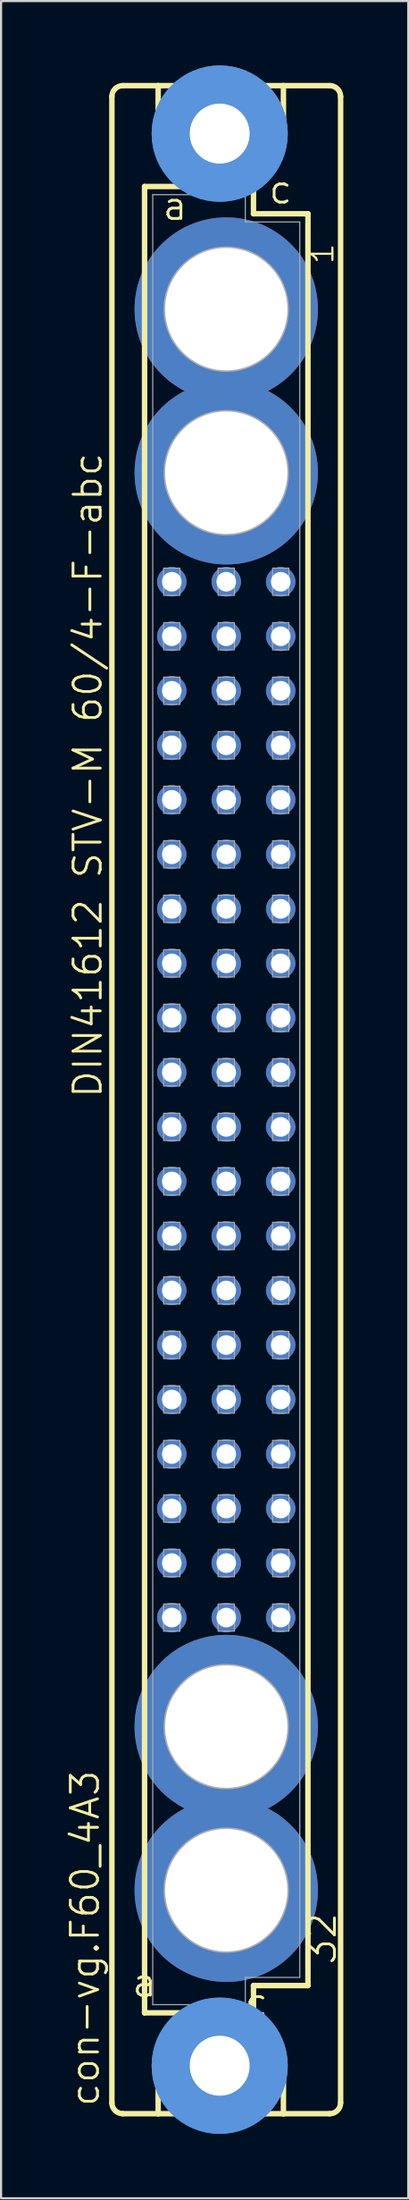
<source format=kicad_pcb>
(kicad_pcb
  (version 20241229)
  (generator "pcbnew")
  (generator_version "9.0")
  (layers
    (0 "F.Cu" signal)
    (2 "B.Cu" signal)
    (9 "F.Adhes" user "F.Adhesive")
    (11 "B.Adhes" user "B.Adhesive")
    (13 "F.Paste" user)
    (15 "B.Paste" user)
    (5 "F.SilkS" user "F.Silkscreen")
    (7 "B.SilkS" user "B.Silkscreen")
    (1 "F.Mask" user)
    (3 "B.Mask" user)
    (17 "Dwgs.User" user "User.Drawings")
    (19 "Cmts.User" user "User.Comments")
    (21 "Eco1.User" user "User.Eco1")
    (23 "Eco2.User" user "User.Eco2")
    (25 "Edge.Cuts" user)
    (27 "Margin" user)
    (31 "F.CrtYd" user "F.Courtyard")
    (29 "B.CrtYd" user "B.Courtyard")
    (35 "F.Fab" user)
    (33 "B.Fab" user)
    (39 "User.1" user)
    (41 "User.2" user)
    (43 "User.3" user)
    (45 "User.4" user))
  (footprint "con-vg.F60_4A3"
    (layer "F.Cu")
    (at 7.502 48.184)
    (property "Reference" "con-vg.F60_4A3" (at -5.842 46.99 90) (layer "F.SilkS") (effects (font (size 1.27 1.27) (thickness 0.13)) (justify left bottom)))
    (attr through_hole)
    (fp_line (start -5.334 46.736) (end -5.334 -46.736) (stroke (width 0.254) (type default)) (layer "F.SilkS"))
    (fp_line (start -4.826 -47.244) (end -3.175 -47.244) (stroke (width 0.254) (type default)) (layer "F.SilkS"))
    (fp_line (start -4.826 47.244) (end -3.175 47.244) (stroke (width 0.254) (type default)) (layer "F.SilkS"))
    (fp_line (start -3.81 -42.545) (end -3.81 42.545) (stroke (width 0.254) (type default)) (layer "F.SilkS"))
    (fp_line (start -3.81 42.545) (end -1.651 42.545) (stroke (width 0.254) (type default)) (layer "F.SilkS"))
    (fp_line (start -3.175 -47.244) (end -3.175 -44.45) (stroke (width 0.254) (type default)) (layer "F.SilkS"))
    (fp_line (start -3.175 47.244) (end -3.175 44.45) (stroke (width 0.254) (type default)) (layer "F.SilkS"))
    (fp_line (start -3.175 47.244) (end 2.667 47.244) (stroke (width 0.254) (type default)) (layer "F.SilkS"))
    (fp_line (start -1.651 -42.545) (end -3.81 -42.545) (stroke (width 0.254) (type default)) (layer "F.SilkS"))
    (fp_line (start -1.651 -42.545) (end -3.175 -44.45) (stroke (width 0.254) (type default)) (layer "F.SilkS"))
    (fp_line (start -1.651 42.545) (end -3.175 44.45) (stroke (width 0.254) (type default)) (layer "F.SilkS"))
    (fp_line (start -1.651 42.545) (end 1.143 42.545) (stroke (width 0.254) (type default)) (layer "F.SilkS"))
    (fp_line (start 1.143 -42.545) (end -1.651 -42.545) (stroke (width 0.254) (type default)) (layer "F.SilkS"))
    (fp_line (start 1.143 -42.545) (end 2.667 -44.45) (stroke (width 0.254) (type default)) (layer "F.SilkS"))
    (fp_line (start 1.143 42.545) (end 1.27 42.545) (stroke (width 0.254) (type default)) (layer "F.SilkS"))
    (fp_line (start 1.143 42.545) (end 2.667 44.45) (stroke (width 0.254) (type default)) (layer "F.SilkS"))
    (fp_line (start 1.27 -42.545) (end 1.143 -42.545) (stroke (width 0.254) (type default)) (layer "F.SilkS"))
    (fp_line (start 1.27 -41.275) (end 1.27 -42.545) (stroke (width 0.254) (type default)) (layer "F.SilkS"))
    (fp_line (start 1.27 41.275) (end 3.81 41.275) (stroke (width 0.254) (type default)) (layer "F.SilkS"))
    (fp_line (start 1.27 42.545) (end 1.27 41.275) (stroke (width 0.254) (type default)) (layer "F.SilkS"))
    (fp_line (start 2.667 -47.244) (end -3.175 -47.244) (stroke (width 0.254) (type default)) (layer "F.SilkS"))
    (fp_line (start 2.667 -47.244) (end 2.667 -44.45) (stroke (width 0.254) (type default)) (layer "F.SilkS"))
    (fp_line (start 2.667 47.244) (end 2.667 44.45) (stroke (width 0.254) (type default)) (layer "F.SilkS"))
    (fp_line (start 2.667 47.244) (end 4.826 47.244) (stroke (width 0.254) (type default)) (layer "F.SilkS"))
    (fp_line (start 3.81 -41.275) (end 1.27 -41.275) (stroke (width 0.254) (type default)) (layer "F.SilkS"))
    (fp_line (start 3.81 41.275) (end 3.81 -41.275) (stroke (width 0.254) (type default)) (layer "F.SilkS"))
    (fp_line (start 4.826 -47.244) (end 2.667 -47.244) (stroke (width 0.254) (type default)) (layer "F.SilkS"))
    (fp_line (start 5.334 46.736) (end 5.334 -46.736) (stroke (width 0.254) (type default)) (layer "F.SilkS"))
    (fp_arc (start -5.334 -46.736) (mid -5.18521 -47.09521) (end -4.826 -47.244) (stroke (width 0.254) (type default)) (layer "F.SilkS"))
    (fp_arc (start -4.826 47.244) (mid -5.18521 47.09521) (end -5.334 46.736) (stroke (width 0.254) (type default)) (layer "F.SilkS"))
    (fp_arc (start 4.826 -47.244) (mid 5.18521 -47.09521) (end 5.334 -46.736) (stroke (width 0.254) (type default)) (layer "F.SilkS"))
    (fp_arc (start 5.334 46.736) (mid 5.18521 47.09521) (end 4.826 47.244) (stroke (width 0.254) (type default)) (layer "F.SilkS"))
    (fp_circle (center -0.305 -45.009) (end 0.965 -45.009) (stroke (width 0.254) (type default)) (fill no) (layer "F.SilkS"))
    (fp_circle (center -0.305 45.009) (end 0.965 45.009) (stroke (width 0.254) (type default)) (fill no) (layer "F.SilkS"))
    (fp_circle (center -0.305 -45.009) (end 1.981 -45.009) (stroke (width 1.778) (type default)) (fill no) (layer "Cmts.User"))
    (fp_circle (center -0.305 -45.009) (end 1.981 -45.009) (stroke (width 1.778) (type default)) (fill no) (layer "Cmts.User"))
    (fp_circle (center -0.305 45.009) (end 1.981 45.009) (stroke (width 1.778) (type default)) (fill no) (layer "Cmts.User"))
    (fp_circle (center -0.305 45.009) (end 1.981 45.009) (stroke (width 1.778) (type default)) (fill no) (layer "Cmts.User"))
    (fp_line (start -3.429 -42.164) (end -3.429 42.164) (stroke (width 0.051) (type default)) (layer "F.Fab"))
    (fp_line (start -3.429 -42.164) (end 0.889 -42.164) (stroke (width 0.051) (type default)) (layer "F.Fab"))
    (fp_line (start -3.429 42.164) (end 0.889 42.164) (stroke (width 0.051) (type default)) (layer "F.Fab"))
    (fp_line (start 0.889 -42.164) (end 0.889 -40.894) (stroke (width 0.051) (type default)) (layer "F.Fab"))
    (fp_line (start 0.889 -40.894) (end 3.429 -40.894) (stroke (width 0.051) (type default)) (layer "F.Fab"))
    (fp_line (start 0.889 40.894) (end 3.429 40.894) (stroke (width 0.051) (type default)) (layer "F.Fab"))
    (fp_line (start 0.889 42.164) (end 0.889 40.894) (stroke (width 0.051) (type default)) (layer "F.Fab"))
    (fp_line (start 3.429 -40.894) (end 3.429 40.894) (stroke (width 0.051) (type default)) (layer "F.Fab"))
    (fp_rect (start -2.921 -23.495) (end -2.159 -24.765) (stroke (width 0.05) (type default)) (fill no) (layer "F.Fab"))
    (fp_rect (start -2.921 -20.955) (end -2.159 -22.225) (stroke (width 0.05) (type default)) (fill no) (layer "F.Fab"))
    (fp_rect (start -2.921 -18.415) (end -2.159 -19.685) (stroke (width 0.05) (type default)) (fill no) (layer "F.Fab"))
    (fp_rect (start -2.921 -15.875) (end -2.159 -17.145) (stroke (width 0.05) (type default)) (fill no) (layer "F.Fab"))
    (fp_rect (start -2.921 -13.335) (end -2.159 -14.605) (stroke (width 0.05) (type default)) (fill no) (layer "F.Fab"))
    (fp_rect (start -2.921 -10.795) (end -2.159 -12.065) (stroke (width 0.05) (type default)) (fill no) (layer "F.Fab"))
    (fp_rect (start -2.921 -8.255) (end -2.159 -9.525) (stroke (width 0.05) (type default)) (fill no) (layer "F.Fab"))
    (fp_rect (start -2.921 -5.715) (end -2.159 -6.985) (stroke (width 0.05) (type default)) (fill no) (layer "F.Fab"))
    (fp_rect (start -2.921 -3.175) (end -2.159 -4.445) (stroke (width 0.05) (type default)) (fill no) (layer "F.Fab"))
    (fp_rect (start -2.921 -0.635) (end -2.159 -1.905) (stroke (width 0.05) (type default)) (fill no) (layer "F.Fab"))
    (fp_rect (start -2.921 1.905) (end -2.159 0.635) (stroke (width 0.05) (type default)) (fill no) (layer "F.Fab"))
    (fp_rect (start -2.921 4.445) (end -2.159 3.175) (stroke (width 0.05) (type default)) (fill no) (layer "F.Fab"))
    (fp_rect (start -2.921 6.985) (end -2.159 5.715) (stroke (width 0.05) (type default)) (fill no) (layer "F.Fab"))
    (fp_rect (start -2.921 9.525) (end -2.159 8.255) (stroke (width 0.05) (type default)) (fill no) (layer "F.Fab"))
    (fp_rect (start -2.921 12.065) (end -2.159 10.795) (stroke (width 0.05) (type default)) (fill no) (layer "F.Fab"))
    (fp_rect (start -2.921 14.605) (end -2.159 13.335) (stroke (width 0.05) (type default)) (fill no) (layer "F.Fab"))
    (fp_rect (start -2.921 17.145) (end -2.159 15.875) (stroke (width 0.05) (type default)) (fill no) (layer "F.Fab"))
    (fp_rect (start -2.921 19.685) (end -2.159 18.415) (stroke (width 0.05) (type default)) (fill no) (layer "F.Fab"))
    (fp_rect (start -2.921 22.225) (end -2.159 20.955) (stroke (width 0.05) (type default)) (fill no) (layer "F.Fab"))
    (fp_rect (start -2.921 24.765) (end -2.159 23.495) (stroke (width 0.05) (type default)) (fill no) (layer "F.Fab"))
    (fp_rect (start -0.381 -23.495) (end 0.381 -24.765) (stroke (width 0.05) (type default)) (fill no) (layer "F.Fab"))
    (fp_rect (start -0.381 -20.955) (end 0.381 -22.225) (stroke (width 0.05) (type default)) (fill no) (layer "F.Fab"))
    (fp_rect (start -0.381 -18.415) (end 0.381 -19.685) (stroke (width 0.05) (type default)) (fill no) (layer "F.Fab"))
    (fp_rect (start -0.381 -15.875) (end 0.381 -17.145) (stroke (width 0.05) (type default)) (fill no) (layer "F.Fab"))
    (fp_rect (start -0.381 -13.335) (end 0.381 -14.605) (stroke (width 0.05) (type default)) (fill no) (layer "F.Fab"))
    (fp_rect (start -0.381 -10.795) (end 0.381 -12.065) (stroke (width 0.05) (type default)) (fill no) (layer "F.Fab"))
    (fp_rect (start -0.381 -8.255) (end 0.381 -9.525) (stroke (width 0.05) (type default)) (fill no) (layer "F.Fab"))
    (fp_rect (start -0.381 -5.715) (end 0.381 -6.985) (stroke (width 0.05) (type default)) (fill no) (layer "F.Fab"))
    (fp_rect (start -0.381 -3.175) (end 0.381 -4.445) (stroke (width 0.05) (type default)) (fill no) (layer "F.Fab"))
    (fp_rect (start -0.381 -0.635) (end 0.381 -1.905) (stroke (width 0.05) (type default)) (fill no) (layer "F.Fab"))
    (fp_rect (start -0.381 1.905) (end 0.381 0.635) (stroke (width 0.05) (type default)) (fill no) (layer "F.Fab"))
    (fp_rect (start -0.381 4.445) (end 0.381 3.175) (stroke (width 0.05) (type default)) (fill no) (layer "F.Fab"))
    (fp_rect (start -0.381 6.985) (end 0.381 5.715) (stroke (width 0.05) (type default)) (fill no) (layer "F.Fab"))
    (fp_rect (start -0.381 9.525) (end 0.381 8.255) (stroke (width 0.05) (type default)) (fill no) (layer "F.Fab"))
    (fp_rect (start -0.381 12.065) (end 0.381 10.795) (stroke (width 0.05) (type default)) (fill no) (layer "F.Fab"))
    (fp_rect (start -0.381 14.605) (end 0.381 13.335) (stroke (width 0.05) (type default)) (fill no) (layer "F.Fab"))
    (fp_rect (start -0.381 17.145) (end 0.381 15.875) (stroke (width 0.05) (type default)) (fill no) (layer "F.Fab"))
    (fp_rect (start -0.381 19.685) (end 0.381 18.415) (stroke (width 0.05) (type default)) (fill no) (layer "F.Fab"))
    (fp_rect (start -0.381 22.225) (end 0.381 20.955) (stroke (width 0.05) (type default)) (fill no) (layer "F.Fab"))
    (fp_rect (start -0.381 24.765) (end 0.381 23.495) (stroke (width 0.05) (type default)) (fill no) (layer "F.Fab"))
    (fp_rect (start 2.159 -23.495) (end 2.921 -24.765) (stroke (width 0.05) (type default)) (fill no) (layer "F.Fab"))
    (fp_rect (start 2.159 -20.955) (end 2.921 -22.225) (stroke (width 0.05) (type default)) (fill no) (layer "F.Fab"))
    (fp_rect (start 2.159 -18.415) (end 2.921 -19.685) (stroke (width 0.05) (type default)) (fill no) (layer "F.Fab"))
    (fp_rect (start 2.159 -15.875) (end 2.921 -17.145) (stroke (width 0.05) (type default)) (fill no) (layer "F.Fab"))
    (fp_rect (start 2.159 -13.335) (end 2.921 -14.605) (stroke (width 0.05) (type default)) (fill no) (layer "F.Fab"))
    (fp_rect (start 2.159 -10.795) (end 2.921 -12.065) (stroke (width 0.05) (type default)) (fill no) (layer "F.Fab"))
    (fp_rect (start 2.159 -8.255) (end 2.921 -9.525) (stroke (width 0.05) (type default)) (fill no) (layer "F.Fab"))
    (fp_rect (start 2.159 -5.715) (end 2.921 -6.985) (stroke (width 0.05) (type default)) (fill no) (layer "F.Fab"))
    (fp_rect (start 2.159 -3.175) (end 2.921 -4.445) (stroke (width 0.05) (type default)) (fill no) (layer "F.Fab"))
    (fp_rect (start 2.159 -0.635) (end 2.921 -1.905) (stroke (width 0.05) (type default)) (fill no) (layer "F.Fab"))
    (fp_rect (start 2.159 1.905) (end 2.921 0.635) (stroke (width 0.05) (type default)) (fill no) (layer "F.Fab"))
    (fp_rect (start 2.159 4.445) (end 2.921 3.175) (stroke (width 0.05) (type default)) (fill no) (layer "F.Fab"))
    (fp_rect (start 2.159 6.985) (end 2.921 5.715) (stroke (width 0.05) (type default)) (fill no) (layer "F.Fab"))
    (fp_rect (start 2.159 9.525) (end 2.921 8.255) (stroke (width 0.05) (type default)) (fill no) (layer "F.Fab"))
    (fp_rect (start 2.159 12.065) (end 2.921 10.795) (stroke (width 0.05) (type default)) (fill no) (layer "F.Fab"))
    (fp_rect (start 2.159 14.605) (end 2.921 13.335) (stroke (width 0.05) (type default)) (fill no) (layer "F.Fab"))
    (fp_rect (start 2.159 17.145) (end 2.921 15.875) (stroke (width 0.05) (type default)) (fill no) (layer "F.Fab"))
    (fp_rect (start 2.159 19.685) (end 2.921 18.415) (stroke (width 0.05) (type default)) (fill no) (layer "F.Fab"))
    (fp_rect (start 2.159 22.225) (end 2.921 20.955) (stroke (width 0.05) (type default)) (fill no) (layer "F.Fab"))
    (fp_rect (start 2.159 24.765) (end 2.921 23.495) (stroke (width 0.05) (type default)) (fill no) (layer "F.Fab"))
    (fp_circle (center 0 -36.83) (end 2.794 -36.83) (stroke (width 0.254) (type default)) (fill no) (layer "F.Fab"))
    (fp_circle (center 0 -29.21) (end 2.794 -29.21) (stroke (width 0.254) (type default)) (fill no) (layer "F.Fab"))
    (fp_circle (center 0 29.21) (end 2.794 29.21) (stroke (width 0.254) (type default)) (fill no) (layer "F.Fab"))
    (fp_circle (center 0 36.83) (end 2.794 36.83) (stroke (width 0.254) (type default)) (fill no) (layer "F.Fab"))
    (fp_text user "1" (at 5.08 -38.862 90) (layer "F.SilkS") (effects (font (size 1.016 1.016) (thickness 0.1)) (justify left bottom)))
    (fp_text user "a" (at -3.048 -40.894 0) (layer "F.SilkS") (effects (font (size 1.27 1.27) (thickness 0.13)) (justify left bottom)))
    (fp_text user "DIN41612 STV-M 60/4-F-abc" (at -5.715 0 90) (layer "F.SilkS") (effects (font (size 1.27 1.27) (thickness 0.13)) (justify left bottom)))
    (fp_text user "c" (at 1.905 -41.656 0) (layer "F.SilkS") (effects (font (size 1.27 1.27) (thickness 0.13)) (justify left bottom)))
    (fp_text user "32" (at 5.207 40.386 90) (layer "F.SilkS") (effects (font (size 1.27 1.27) (thickness 0.13)) (justify left bottom)))
    (fp_text user "c " (at 0.778 42.799 0) (layer "F.SilkS") (effects (font (size 1.27 1.27) (thickness 0.13)) (justify left bottom)))
    (fp_text user "a " (at -4.475 41.883 0) (layer "F.SilkS") (effects (font (size 1.27 1.27) (thickness 0.13)) (justify left bottom)))
    (pad "" np_thru_hole circle (at -0.305 -45.009) (size 2.794 2.794) (drill 2.794) (layers "*.Cu" "*.Mask"))
    (pad "" np_thru_hole circle (at -0.305 45.009) (size 2.794 2.794) (drill 2.794) (layers "*.Cu" "*.Mask"))
    (pad "1" thru_hole circle (at 0 -36.83) (size 8.55 8.55) (drill 5.7) (layers "*.Cu" "*.Mask"))
    (pad "2" thru_hole circle (at 0 -29.21) (size 8.55 8.55) (drill 5.7) (layers "*.Cu" "*.Mask"))
    (pad "3" thru_hole circle (at 0 29.21) (size 8.55 8.55) (drill 5.7) (layers "*.Cu" "*.Mask"))
    (pad "4" thru_hole circle (at 0 36.83) (size 8.55 8.55) (drill 5.7) (layers "*.Cu" "*.Mask"))
    (pad "A7" thru_hole circle (at -2.54 -24.13) (size 1.372 1.372) (drill 0.914) (layers "*.Cu" "*.Mask"))
    (pad "A8" thru_hole circle (at -2.54 -21.59) (size 1.372 1.372) (drill 0.914) (layers "*.Cu" "*.Mask"))
    (pad "A9" thru_hole circle (at -2.54 -19.05) (size 1.372 1.372) (drill 0.914) (layers "*.Cu" "*.Mask"))
    (pad "A10" thru_hole circle (at -2.54 -16.51) (size 1.372 1.372) (drill 0.914) (layers "*.Cu" "*.Mask"))
    (pad "A11" thru_hole circle (at -2.54 -13.97) (size 1.372 1.372) (drill 0.914) (layers "*.Cu" "*.Mask"))
    (pad "A12" thru_hole circle (at -2.54 -11.43) (size 1.372 1.372) (drill 0.914) (layers "*.Cu" "*.Mask"))
    (pad "A13" thru_hole circle (at -2.54 -8.89) (size 1.372 1.372) (drill 0.914) (layers "*.Cu" "*.Mask"))
    (pad "A14" thru_hole circle (at -2.54 -6.35) (size 1.372 1.372) (drill 0.914) (layers "*.Cu" "*.Mask"))
    (pad "A15" thru_hole circle (at -2.54 -3.81) (size 1.372 1.372) (drill 0.914) (layers "*.Cu" "*.Mask"))
    (pad "A16" thru_hole circle (at -2.54 -1.27) (size 1.372 1.372) (drill 0.914) (layers "*.Cu" "*.Mask"))
    (pad "A17" thru_hole circle (at -2.54 1.27) (size 1.372 1.372) (drill 0.914) (layers "*.Cu" "*.Mask"))
    (pad "A18" thru_hole circle (at -2.54 3.81) (size 1.372 1.372) (drill 0.914) (layers "*.Cu" "*.Mask"))
    (pad "A19" thru_hole circle (at -2.54 6.35) (size 1.372 1.372) (drill 0.914) (layers "*.Cu" "*.Mask"))
    (pad "A20" thru_hole circle (at -2.54 8.89) (size 1.372 1.372) (drill 0.914) (layers "*.Cu" "*.Mask"))
    (pad "A21" thru_hole circle (at -2.54 11.43) (size 1.372 1.372) (drill 0.914) (layers "*.Cu" "*.Mask"))
    (pad "A22" thru_hole circle (at -2.54 13.97) (size 1.372 1.372) (drill 0.914) (layers "*.Cu" "*.Mask"))
    (pad "A23" thru_hole circle (at -2.54 16.51) (size 1.372 1.372) (drill 0.914) (layers "*.Cu" "*.Mask"))
    (pad "A24" thru_hole circle (at -2.54 19.05) (size 1.372 1.372) (drill 0.914) (layers "*.Cu" "*.Mask"))
    (pad "A25" thru_hole circle (at -2.54 21.59) (size 1.372 1.372) (drill 0.914) (layers "*.Cu" "*.Mask"))
    (pad "A26" thru_hole circle (at -2.54 24.13) (size 1.372 1.372) (drill 0.914) (layers "*.Cu" "*.Mask"))
    (pad "B7" thru_hole circle (at 0 -24.13) (size 1.372 1.372) (drill 0.914) (layers "*.Cu" "*.Mask"))
    (pad "B8" thru_hole circle (at 0 -21.59) (size 1.372 1.372) (drill 0.914) (layers "*.Cu" "*.Mask"))
    (pad "B9" thru_hole circle (at 0 -19.05) (size 1.372 1.372) (drill 0.914) (layers "*.Cu" "*.Mask"))
    (pad "B10" thru_hole circle (at 0 -16.51) (size 1.372 1.372) (drill 0.914) (layers "*.Cu" "*.Mask"))
    (pad "B11" thru_hole circle (at 0 -13.97) (size 1.372 1.372) (drill 0.914) (layers "*.Cu" "*.Mask"))
    (pad "B12" thru_hole circle (at 0 -11.43) (size 1.372 1.372) (drill 0.914) (layers "*.Cu" "*.Mask"))
    (pad "B13" thru_hole circle (at 0 -8.89) (size 1.372 1.372) (drill 0.914) (layers "*.Cu" "*.Mask"))
    (pad "B14" thru_hole circle (at 0 -6.35) (size 1.372 1.372) (drill 0.914) (layers "*.Cu" "*.Mask"))
    (pad "B15" thru_hole circle (at 0 -3.81) (size 1.372 1.372) (drill 0.914) (layers "*.Cu" "*.Mask"))
    (pad "B16" thru_hole circle (at 0 -1.27) (size 1.372 1.372) (drill 0.914) (layers "*.Cu" "*.Mask"))
    (pad "B17" thru_hole circle (at 0 1.27) (size 1.372 1.372) (drill 0.914) (layers "*.Cu" "*.Mask"))
    (pad "B18" thru_hole circle (at 0 3.81) (size 1.372 1.372) (drill 0.914) (layers "*.Cu" "*.Mask"))
    (pad "B19" thru_hole circle (at 0 6.35) (size 1.372 1.372) (drill 0.914) (layers "*.Cu" "*.Mask"))
    (pad "B20" thru_hole circle (at 0 8.89) (size 1.372 1.372) (drill 0.914) (layers "*.Cu" "*.Mask"))
    (pad "B21" thru_hole circle (at 0 11.43) (size 1.372 1.372) (drill 0.914) (layers "*.Cu" "*.Mask"))
    (pad "B22" thru_hole circle (at 0 13.97) (size 1.372 1.372) (drill 0.914) (layers "*.Cu" "*.Mask"))
    (pad "B23" thru_hole circle (at 0 16.51) (size 1.372 1.372) (drill 0.914) (layers "*.Cu" "*.Mask"))
    (pad "B24" thru_hole circle (at 0 19.05) (size 1.372 1.372) (drill 0.914) (layers "*.Cu" "*.Mask"))
    (pad "B25" thru_hole circle (at 0 21.59) (size 1.372 1.372) (drill 0.914) (layers "*.Cu" "*.Mask"))
    (pad "B26" thru_hole circle (at 0 24.13) (size 1.372 1.372) (drill 0.914) (layers "*.Cu" "*.Mask"))
    (pad "C7" thru_hole circle (at 2.54 -24.13) (size 1.372 1.372) (drill 0.914) (layers "*.Cu" "*.Mask"))
    (pad "C8" thru_hole circle (at 2.54 -21.59) (size 1.372 1.372) (drill 0.914) (layers "*.Cu" "*.Mask"))
    (pad "C9" thru_hole circle (at 2.54 -19.05) (size 1.372 1.372) (drill 0.914) (layers "*.Cu" "*.Mask"))
    (pad "C10" thru_hole circle (at 2.54 -16.51) (size 1.372 1.372) (drill 0.914) (layers "*.Cu" "*.Mask"))
    (pad "C11" thru_hole circle (at 2.54 -13.97) (size 1.372 1.372) (drill 0.914) (layers "*.Cu" "*.Mask"))
    (pad "C12" thru_hole circle (at 2.54 -11.43) (size 1.372 1.372) (drill 0.914) (layers "*.Cu" "*.Mask"))
    (pad "C13" thru_hole circle (at 2.54 -8.89) (size 1.372 1.372) (drill 0.914) (layers "*.Cu" "*.Mask"))
    (pad "C14" thru_hole circle (at 2.54 -6.35) (size 1.372 1.372) (drill 0.914) (layers "*.Cu" "*.Mask"))
    (pad "C15" thru_hole circle (at 2.54 -3.81) (size 1.372 1.372) (drill 0.914) (layers "*.Cu" "*.Mask"))
    (pad "C16" thru_hole circle (at 2.54 -1.27) (size 1.372 1.372) (drill 0.914) (layers "*.Cu" "*.Mask"))
    (pad "C17" thru_hole circle (at 2.54 1.27) (size 1.372 1.372) (drill 0.914) (layers "*.Cu" "*.Mask"))
    (pad "C18" thru_hole circle (at 2.54 3.81) (size 1.372 1.372) (drill 0.914) (layers "*.Cu" "*.Mask"))
    (pad "C19" thru_hole circle (at 2.54 6.35) (size 1.372 1.372) (drill 0.914) (layers "*.Cu" "*.Mask"))
    (pad "C20" thru_hole circle (at 2.54 8.89) (size 1.372 1.372) (drill 0.914) (layers "*.Cu" "*.Mask"))
    (pad "C21" thru_hole circle (at 2.54 11.43) (size 1.372 1.372) (drill 0.914) (layers "*.Cu" "*.Mask"))
    (pad "C22" thru_hole circle (at 2.54 13.97) (size 1.372 1.372) (drill 0.914) (layers "*.Cu" "*.Mask"))
    (pad "C23" thru_hole circle (at 2.54 16.51) (size 1.372 1.372) (drill 0.914) (layers "*.Cu" "*.Mask"))
    (pad "C24" thru_hole circle (at 2.54 19.05) (size 1.372 1.372) (drill 0.914) (layers "*.Cu" "*.Mask"))
    (pad "C25" thru_hole circle (at 2.54 21.59) (size 1.372 1.372) (drill 0.914) (layers "*.Cu" "*.Mask"))
    (pad "C26" thru_hole circle (at 2.54 24.13) (size 1.372 1.372) (drill 0.914) (layers "*.Cu" "*.Mask")))
  (gr_rect
    (start -3 -3)
    (end 15.991 99.368)
    (stroke (width 0.1) (type default))
    (fill no)
    (layer "Edge.Cuts")))
</source>
